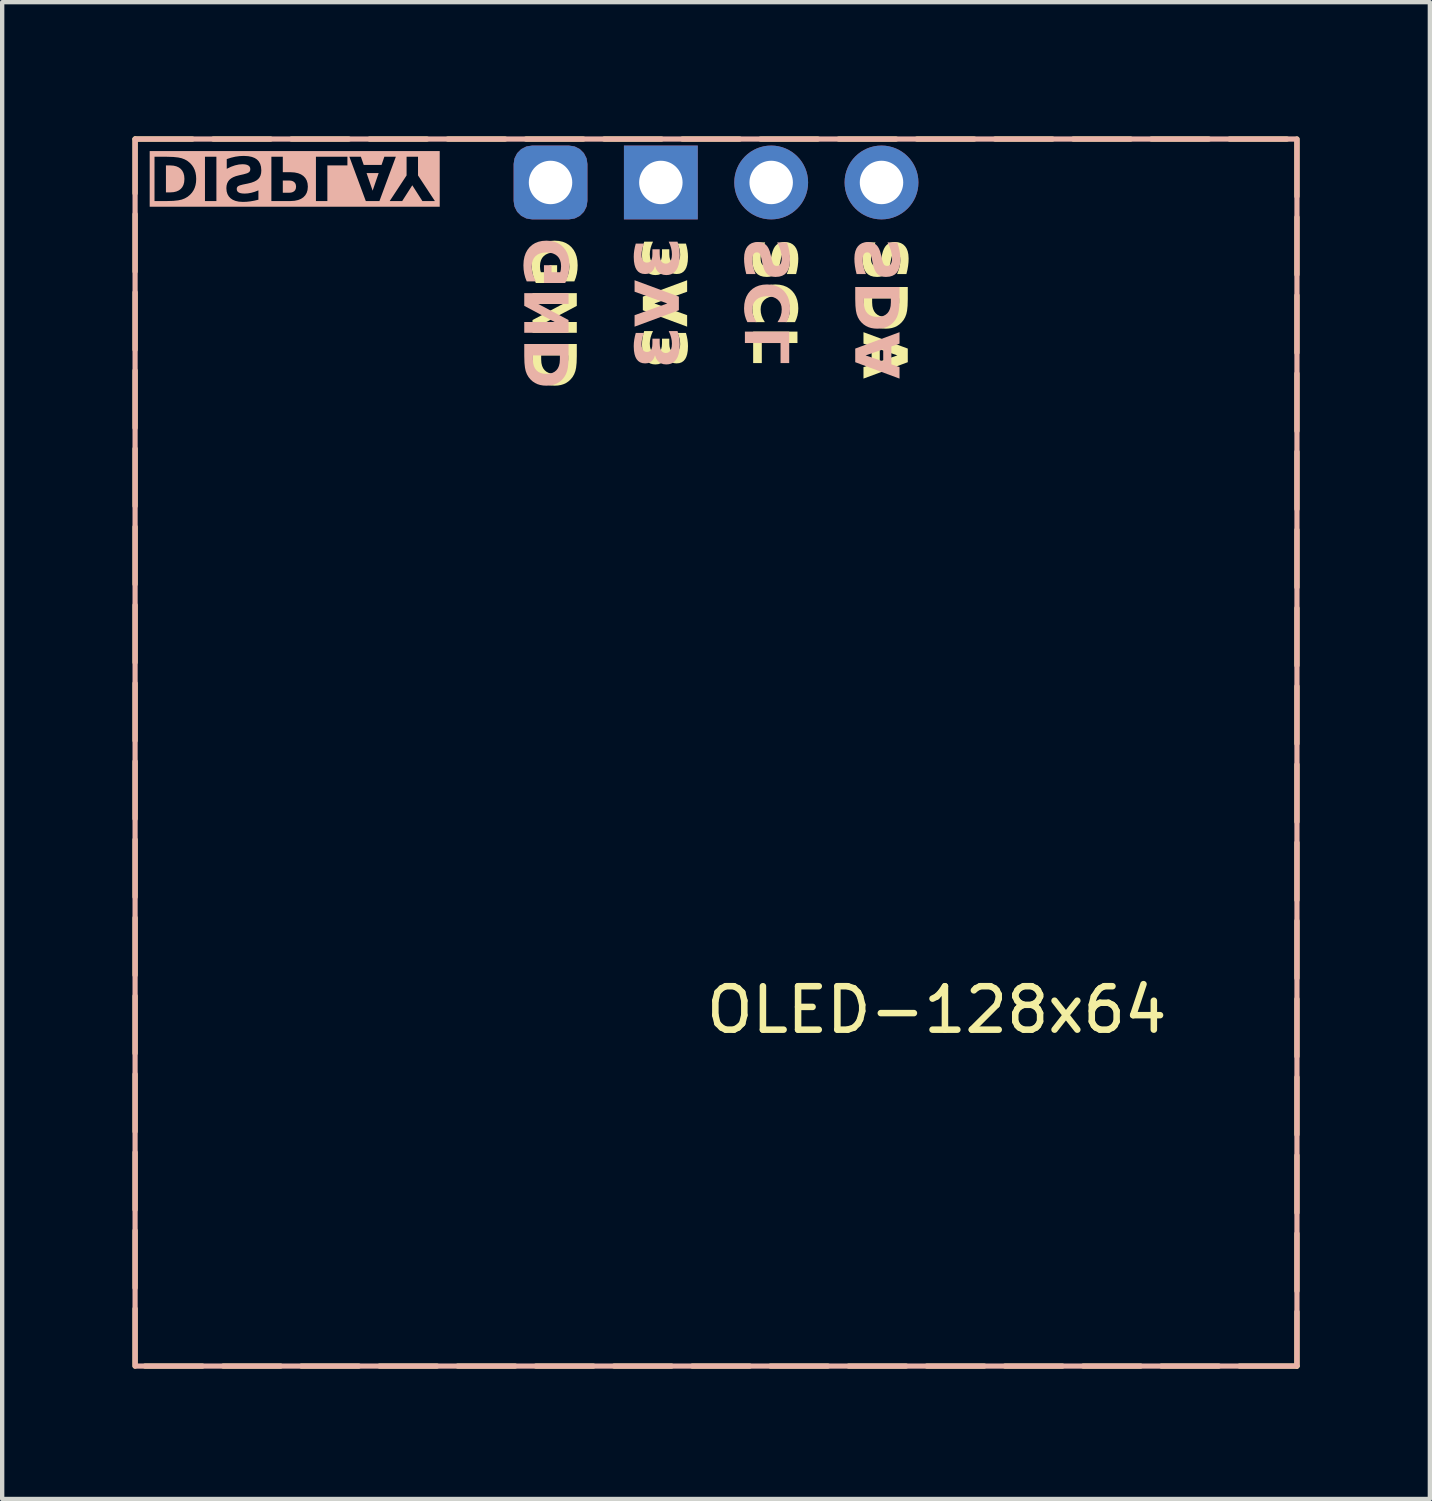
<source format=kicad_pcb>
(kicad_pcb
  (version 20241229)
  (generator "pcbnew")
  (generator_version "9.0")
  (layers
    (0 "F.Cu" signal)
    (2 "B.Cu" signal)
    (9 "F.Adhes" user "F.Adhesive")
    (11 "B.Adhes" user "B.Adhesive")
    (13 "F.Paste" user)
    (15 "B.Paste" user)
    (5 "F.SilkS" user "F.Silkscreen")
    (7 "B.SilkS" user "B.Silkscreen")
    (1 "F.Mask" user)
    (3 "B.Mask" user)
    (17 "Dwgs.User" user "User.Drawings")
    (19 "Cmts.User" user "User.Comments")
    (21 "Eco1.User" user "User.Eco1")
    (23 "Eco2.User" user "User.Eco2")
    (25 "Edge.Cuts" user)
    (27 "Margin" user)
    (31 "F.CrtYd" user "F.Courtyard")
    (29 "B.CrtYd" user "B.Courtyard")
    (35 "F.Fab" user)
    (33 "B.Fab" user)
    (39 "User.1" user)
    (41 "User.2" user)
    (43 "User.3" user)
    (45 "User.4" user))
  (footprint "OLED-128x64"
    (layer "F.Cu")
    (at 13.435 1.151)
    (property "Reference" "OLED-128x64" (at 5.08 19.05 180) (layer "F.SilkS") (effects (font (size 1 1) (thickness 0.15))))
    (attr through_hole exclude_from_pos_files)
    (fp_rect (start -13.375 -1) (end 13.375 27.25) (stroke (width 0.12) (type dash)) (fill no) (layer "F.SilkS"))
    (fp_rect (start -13.375 -1) (end 13.375 27.25) (stroke (width 0.12) (type solid)) (fill no) (layer "B.SilkS"))
    (fp_text user "GND" (at -3.81 1.27 270) (unlocked yes) (layer "F.SilkS") (effects (font (face "Roboto Black") (size 1 1) (thickness 0.15)) (justify left)))
    (fp_text user "SDA" (at 3.81 1.27 270) (unlocked yes) (layer "F.SilkS") (effects (font (face "Roboto Black") (size 1 1) (thickness 0.15)) (justify left)))
    (fp_text user "SCL" (at 1.27 1.27 270) (unlocked yes) (layer "F.SilkS") (effects (font (face "Roboto Black") (size 1 1) (thickness 0.15)) (justify left)))
    (fp_text user "3V3" (at -1.27 1.27 270) (unlocked yes) (layer "F.SilkS") (effects (font (face "Roboto Black") (size 1 1) (thickness 0.15)) (justify left)))
    (fp_text user "SDA" (at 3.81 1.27 90) (unlocked yes) (layer "B.SilkS") (effects (font (face "Roboto Black") (size 1 1) (thickness 0.15)) (justify left mirror)))
    (fp_text user "DISPLAY" (at -13.056 -0.762 180) (unlocked yes) (layer "B.SilkS" knockout) (effects (font (face "Roboto Black") (size 1 1) (thickness 0.15)) (justify left bottom mirror)))
    (fp_text user "3V3" (at -1.27 1.27 90) (unlocked yes) (layer "B.SilkS") (effects (font (face "Roboto Black") (size 1 1) (thickness 0.15)) (justify left mirror)))
    (fp_text user "GND" (at -3.81 1.27 90) (unlocked yes) (layer "B.SilkS") (effects (font (face "Roboto Black") (size 1 1) (thickness 0.15)) (justify left mirror)))
    (fp_text user "SCL" (at 1.27 1.27 90) (unlocked yes) (layer "B.SilkS") (effects (font (face "Roboto Black") (size 1 1) (thickness 0.15)) (justify left mirror)))
    (pad "1" thru_hole roundrect (at -3.81 0 90) (size 1.7 1.7) (drill 1) (layers "*.Cu" "*.Mask") (roundrect_rratio 0.25))
    (pad "2" thru_hole rect (at -1.27 0 90) (size 1.7 1.7) (drill 1) (layers "*.Cu" "*.Mask"))
    (pad "3" thru_hole oval (at 1.27 0 90) (size 1.7 1.7) (drill 1) (layers "*.Cu" "*.Mask"))
    (pad "4" thru_hole oval (at 3.81 0 90) (size 1.7 1.7) (drill 1) (layers "*.Cu" "*.Mask")))
  (gr_rect
    (start -3 -3)
    (end 29.87 31.461)
    (stroke (width 0.1) (type default))
    (fill no)
    (layer "Edge.Cuts")))
</source>
